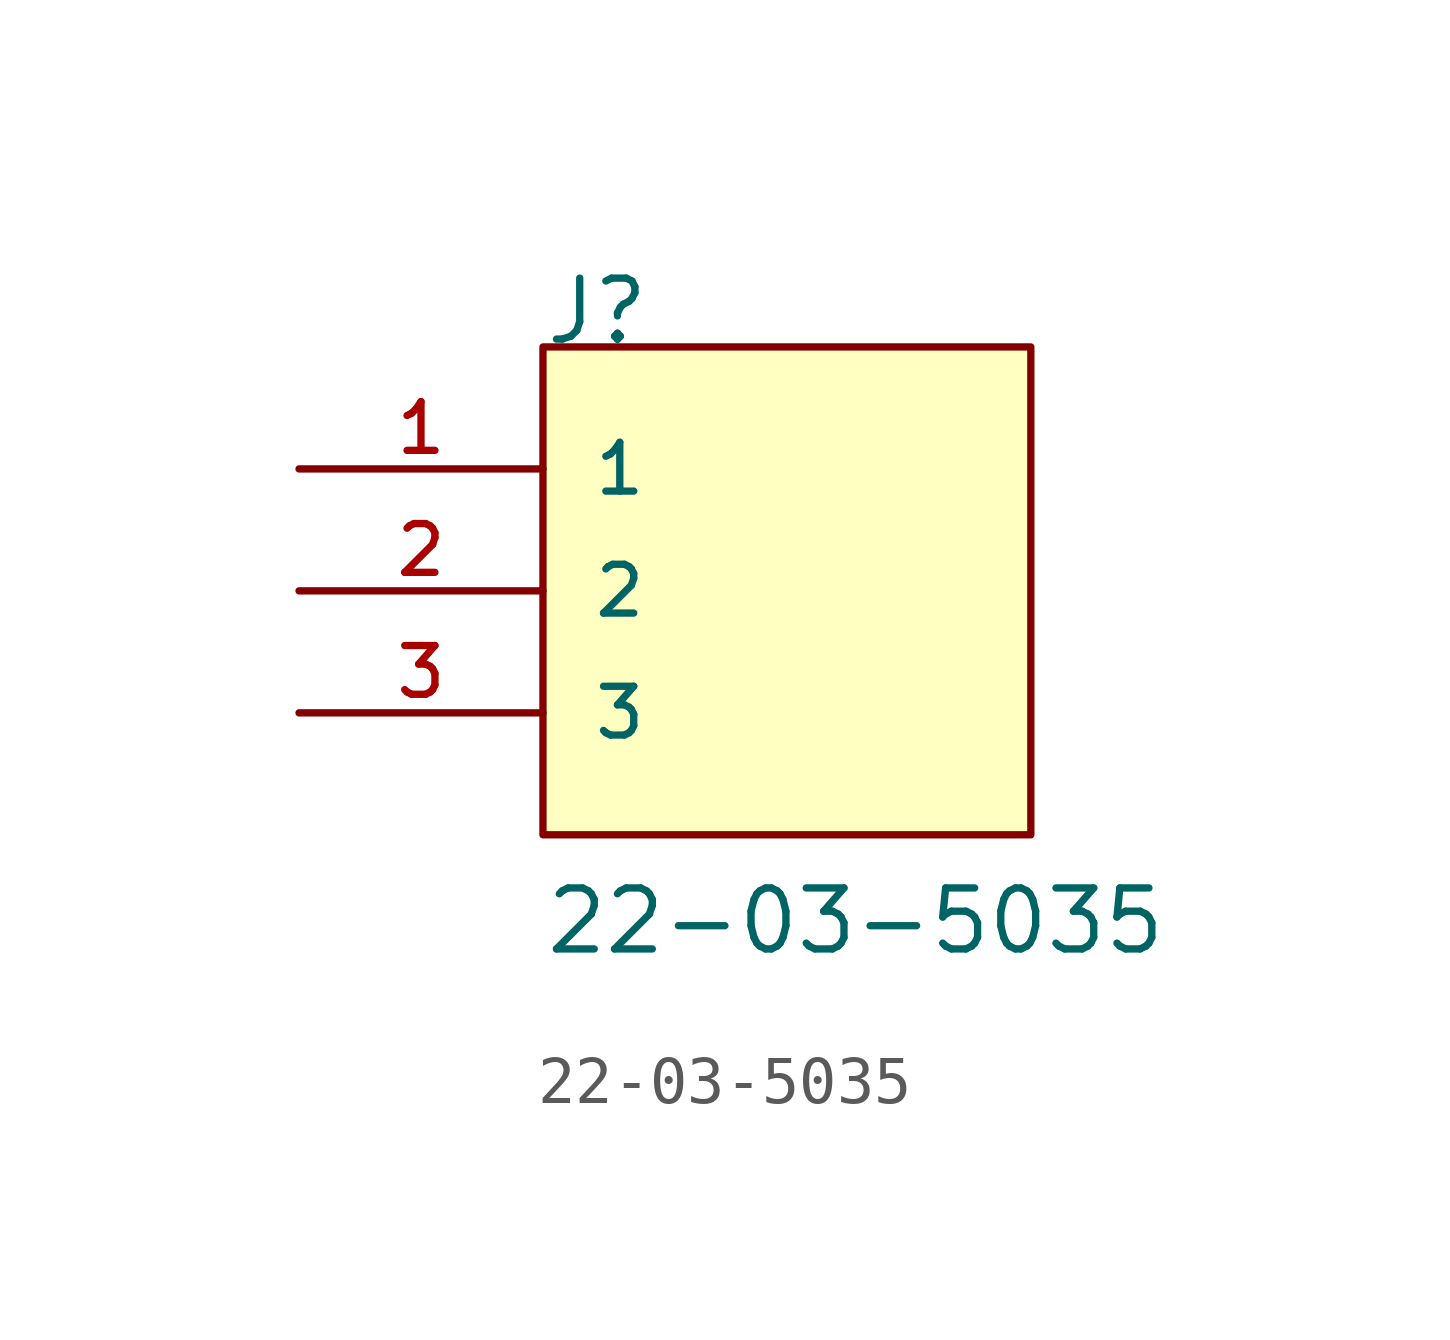
<source format=kicad_sym>
(kicad_symbol_lib
  (version 20211014)
  (generator kicad_symbol_editor)
  (symbol "22-03-5035"
    (pin_names
      (offset 1.016))
    (property "Reference" "J"
      (at -5.08 5.08 0)
      (effects (font (size 1.27 1.27)) (justify bottom left)))
    (property "Value" "22-03-5035"
      (at -5.08 -7.62 0)
      (effects (font (size 1.27 1.27)) (justify bottom left)))
    (symbol "22-03-5035_0_0"
      (rectangle (start -5.08 -5.08) (end 5.08 5.08) (stroke (width 0.152)) (fill (type background)))
      (pin passive line (at -10.16 2.54 0) (length 5.08) (name "1" (effects (font (size 1.016 1.016)))) (number "1" (effects (font (size 1.016 1.016)))))
      (pin passive line (at -10.16 0.0 0) (length 5.08) (name "2" (effects (font (size 1.016 1.016)))) (number "2" (effects (font (size 1.016 1.016)))))
      (pin passive line (at -10.16 -2.54 0) (length 5.08) (name "3" (effects (font (size 1.016 1.016)))) (number "3" (effects (font (size 1.016 1.016))))))))
</source>
